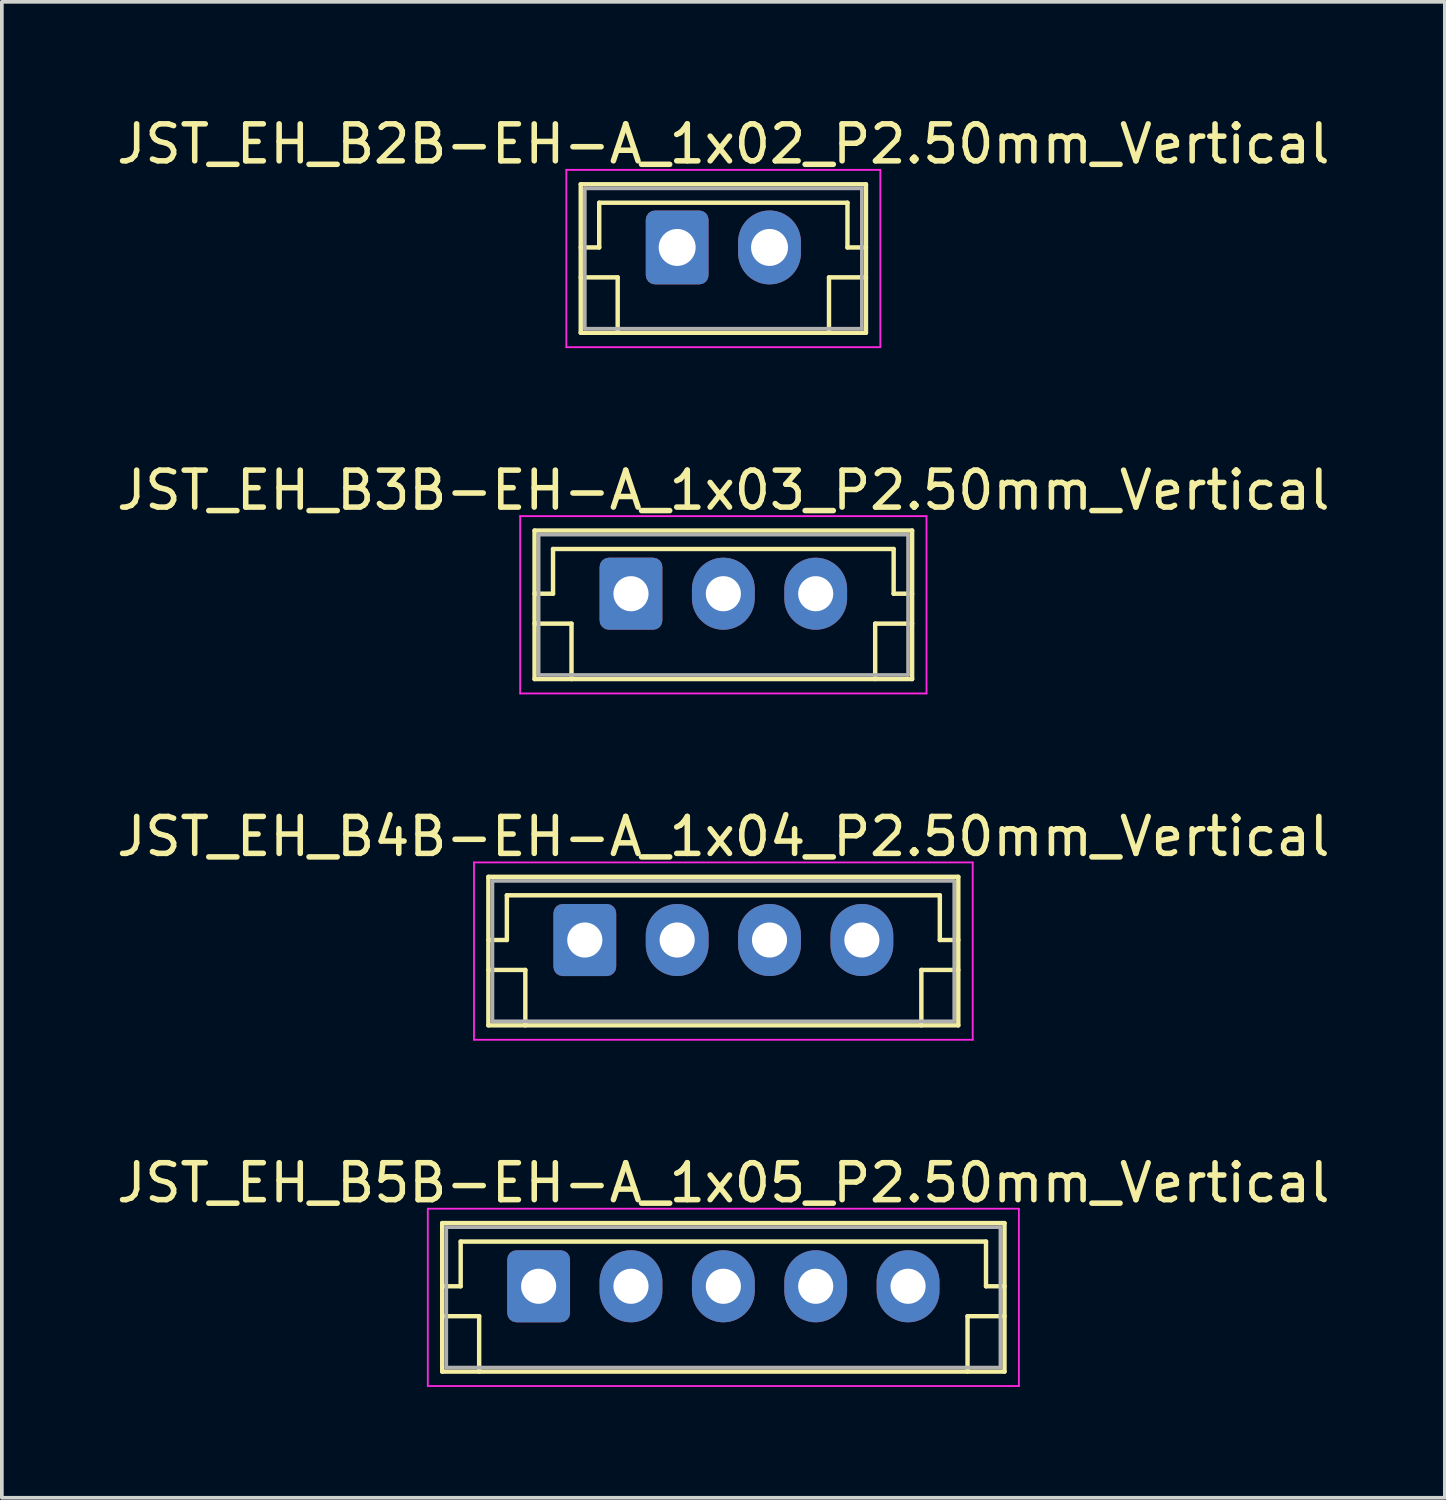
<source format=kicad_pcb>
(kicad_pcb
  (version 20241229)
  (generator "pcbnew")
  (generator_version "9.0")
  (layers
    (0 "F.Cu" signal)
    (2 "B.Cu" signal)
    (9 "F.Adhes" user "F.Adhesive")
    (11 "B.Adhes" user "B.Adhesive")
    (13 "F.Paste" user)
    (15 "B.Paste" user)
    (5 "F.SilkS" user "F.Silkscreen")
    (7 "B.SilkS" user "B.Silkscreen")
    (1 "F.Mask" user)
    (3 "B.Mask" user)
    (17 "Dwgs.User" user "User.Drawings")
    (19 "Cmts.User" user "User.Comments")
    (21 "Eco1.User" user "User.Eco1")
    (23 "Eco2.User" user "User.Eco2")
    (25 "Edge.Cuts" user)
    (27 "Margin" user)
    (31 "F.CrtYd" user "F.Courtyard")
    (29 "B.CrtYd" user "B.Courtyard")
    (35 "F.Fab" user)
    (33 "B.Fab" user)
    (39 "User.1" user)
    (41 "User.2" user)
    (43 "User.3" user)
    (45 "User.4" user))
  (footprint "JST_EH_B4B-EH-A_1x04_P2.50mm_Vertical"
    (layer "F.Cu")
    (at 12.78 22.395)
    (property "Reference" "JST_EH_B4B-EH-A_1x04_P2.50mm_Vertical" (at 3.75 -2.8 0) (layer "F.SilkS") (effects (font (size 1 1) (thickness 0.15))))
    (attr through_hole)
    (fp_line (start -2.61 -1.71) (end -2.61 2.31) (stroke (width 0.12) (type solid)) (layer "F.SilkS"))
    (fp_line (start -2.61 0) (end -2.11 0) (stroke (width 0.12) (type solid)) (layer "F.SilkS"))
    (fp_line (start -2.61 0.81) (end -1.61 0.81) (stroke (width 0.12) (type solid)) (layer "F.SilkS"))
    (fp_line (start -2.61 2.31) (end 10.11 2.31) (stroke (width 0.12) (type solid)) (layer "F.SilkS"))
    (fp_line (start -2.11 -1.21) (end 9.61 -1.21) (stroke (width 0.12) (type solid)) (layer "F.SilkS"))
    (fp_line (start -2.11 0) (end -2.11 -1.21) (stroke (width 0.12) (type solid)) (layer "F.SilkS"))
    (fp_line (start -1.61 0.81) (end -1.61 2.31) (stroke (width 0.12) (type solid)) (layer "F.SilkS"))
    (fp_line (start 9.11 0.81) (end 9.11 2.31) (stroke (width 0.12) (type solid)) (layer "F.SilkS"))
    (fp_line (start 9.61 -1.21) (end 9.61 0) (stroke (width 0.12) (type solid)) (layer "F.SilkS"))
    (fp_line (start 9.61 0) (end 10.11 0) (stroke (width 0.12) (type solid)) (layer "F.SilkS"))
    (fp_line (start 10.11 -1.71) (end -2.61 -1.71) (stroke (width 0.12) (type solid)) (layer "F.SilkS"))
    (fp_line (start 10.11 0.81) (end 9.11 0.81) (stroke (width 0.12) (type solid)) (layer "F.SilkS"))
    (fp_line (start 10.11 2.31) (end 10.11 -1.71) (stroke (width 0.12) (type solid)) (layer "F.SilkS"))
    (fp_line (start -3 -2.1) (end -3 2.7) (stroke (width 0.05) (type solid)) (layer "F.CrtYd"))
    (fp_line (start -3 2.7) (end 10.5 2.7) (stroke (width 0.05) (type solid)) (layer "F.CrtYd"))
    (fp_line (start 10.5 -2.1) (end -3 -2.1) (stroke (width 0.05) (type solid)) (layer "F.CrtYd"))
    (fp_line (start 10.5 2.7) (end 10.5 -2.1) (stroke (width 0.05) (type solid)) (layer "F.CrtYd"))
    (fp_line (start -2.5 -1.6) (end -2.5 2.2) (stroke (width 0.1) (type solid)) (layer "F.Fab"))
    (fp_line (start -2.5 2.2) (end 10 2.2) (stroke (width 0.1) (type solid)) (layer "F.Fab"))
    (fp_line (start 10 -1.6) (end -2.5 -1.6) (stroke (width 0.1) (type solid)) (layer "F.Fab"))
    (fp_line (start 10 2.2) (end 10 -1.6) (stroke (width 0.1) (type solid)) (layer "F.Fab"))
    (pad "1" thru_hole roundrect (at 0 0) (size 1.7 1.95) (drill 0.95) (layers "*.Cu" "*.Mask") (roundrect_rratio 0.147))
    (pad "2" thru_hole oval (at 2.5 0) (size 1.7 1.95) (drill 0.95) (layers "*.Cu" "*.Mask"))
    (pad "3" thru_hole oval (at 5 0) (size 1.7 1.95) (drill 0.95) (layers "*.Cu" "*.Mask"))
    (pad "4" thru_hole oval (at 7.5 0) (size 1.7 1.95) (drill 0.95) (layers "*.Cu" "*.Mask")))
  (footprint "JST_EH_B2B-EH-A_1x02_P2.50mm_Vertical"
    (layer "F.Cu")
    (at 15.28 3.648)
    (property "Reference" "JST_EH_B2B-EH-A_1x02_P2.50mm_Vertical" (at 1.25 -2.8 0) (layer "F.SilkS") (effects (font (size 1 1) (thickness 0.15))))
    (attr through_hole)
    (fp_line (start -2.61 -1.71) (end -2.61 2.31) (stroke (width 0.12) (type solid)) (layer "F.SilkS"))
    (fp_line (start -2.61 0) (end -2.11 0) (stroke (width 0.12) (type solid)) (layer "F.SilkS"))
    (fp_line (start -2.61 0.81) (end -1.61 0.81) (stroke (width 0.12) (type solid)) (layer "F.SilkS"))
    (fp_line (start -2.61 2.31) (end 5.11 2.31) (stroke (width 0.12) (type solid)) (layer "F.SilkS"))
    (fp_line (start -2.11 -1.21) (end 4.61 -1.21) (stroke (width 0.12) (type solid)) (layer "F.SilkS"))
    (fp_line (start -2.11 0) (end -2.11 -1.21) (stroke (width 0.12) (type solid)) (layer "F.SilkS"))
    (fp_line (start -1.61 0.81) (end -1.61 2.31) (stroke (width 0.12) (type solid)) (layer "F.SilkS"))
    (fp_line (start 4.11 0.81) (end 4.11 2.31) (stroke (width 0.12) (type solid)) (layer "F.SilkS"))
    (fp_line (start 4.61 -1.21) (end 4.61 0) (stroke (width 0.12) (type solid)) (layer "F.SilkS"))
    (fp_line (start 4.61 0) (end 5.11 0) (stroke (width 0.12) (type solid)) (layer "F.SilkS"))
    (fp_line (start 5.11 -1.71) (end -2.61 -1.71) (stroke (width 0.12) (type solid)) (layer "F.SilkS"))
    (fp_line (start 5.11 0.81) (end 4.11 0.81) (stroke (width 0.12) (type solid)) (layer "F.SilkS"))
    (fp_line (start 5.11 2.31) (end 5.11 -1.71) (stroke (width 0.12) (type solid)) (layer "F.SilkS"))
    (fp_line (start -3 -2.1) (end -3 2.7) (stroke (width 0.05) (type solid)) (layer "F.CrtYd"))
    (fp_line (start -3 2.7) (end 5.5 2.7) (stroke (width 0.05) (type solid)) (layer "F.CrtYd"))
    (fp_line (start 5.5 -2.1) (end -3 -2.1) (stroke (width 0.05) (type solid)) (layer "F.CrtYd"))
    (fp_line (start 5.5 2.7) (end 5.5 -2.1) (stroke (width 0.05) (type solid)) (layer "F.CrtYd"))
    (fp_line (start -2.5 -1.6) (end -2.5 2.2) (stroke (width 0.1) (type solid)) (layer "F.Fab"))
    (fp_line (start -2.5 2.2) (end 5 2.2) (stroke (width 0.1) (type solid)) (layer "F.Fab"))
    (fp_line (start 5 -1.6) (end -2.5 -1.6) (stroke (width 0.1) (type solid)) (layer "F.Fab"))
    (fp_line (start 5 2.2) (end 5 -1.6) (stroke (width 0.1) (type solid)) (layer "F.Fab"))
    (pad "1" thru_hole roundrect (at 0 0) (size 1.7 2) (drill 1) (layers "*.Cu" "*.Mask") (roundrect_rratio 0.147))
    (pad "2" thru_hole oval (at 2.5 0) (size 1.7 2) (drill 1) (layers "*.Cu" "*.Mask")))
  (footprint "JST_EH_B5B-EH-A_1x05_P2.50mm_Vertical"
    (layer "F.Cu")
    (at 11.53 31.768)
    (property "Reference" "JST_EH_B5B-EH-A_1x05_P2.50mm_Vertical" (at 5 -2.8 0) (layer "F.SilkS") (effects (font (size 1 1) (thickness 0.15))))
    (attr through_hole)
    (fp_line (start -2.61 -1.71) (end -2.61 2.31) (stroke (width 0.12) (type solid)) (layer "F.SilkS"))
    (fp_line (start -2.61 0) (end -2.11 0) (stroke (width 0.12) (type solid)) (layer "F.SilkS"))
    (fp_line (start -2.61 0.81) (end -1.61 0.81) (stroke (width 0.12) (type solid)) (layer "F.SilkS"))
    (fp_line (start -2.61 2.31) (end 12.61 2.31) (stroke (width 0.12) (type solid)) (layer "F.SilkS"))
    (fp_line (start -2.11 -1.21) (end 12.11 -1.21) (stroke (width 0.12) (type solid)) (layer "F.SilkS"))
    (fp_line (start -2.11 0) (end -2.11 -1.21) (stroke (width 0.12) (type solid)) (layer "F.SilkS"))
    (fp_line (start -1.61 0.81) (end -1.61 2.31) (stroke (width 0.12) (type solid)) (layer "F.SilkS"))
    (fp_line (start 11.61 0.81) (end 11.61 2.31) (stroke (width 0.12) (type solid)) (layer "F.SilkS"))
    (fp_line (start 12.11 -1.21) (end 12.11 0) (stroke (width 0.12) (type solid)) (layer "F.SilkS"))
    (fp_line (start 12.11 0) (end 12.61 0) (stroke (width 0.12) (type solid)) (layer "F.SilkS"))
    (fp_line (start 12.61 -1.71) (end -2.61 -1.71) (stroke (width 0.12) (type solid)) (layer "F.SilkS"))
    (fp_line (start 12.61 0.81) (end 11.61 0.81) (stroke (width 0.12) (type solid)) (layer "F.SilkS"))
    (fp_line (start 12.61 2.31) (end 12.61 -1.71) (stroke (width 0.12) (type solid)) (layer "F.SilkS"))
    (fp_line (start -3 -2.1) (end -3 2.7) (stroke (width 0.05) (type solid)) (layer "F.CrtYd"))
    (fp_line (start -3 2.7) (end 13 2.7) (stroke (width 0.05) (type solid)) (layer "F.CrtYd"))
    (fp_line (start 13 -2.1) (end -3 -2.1) (stroke (width 0.05) (type solid)) (layer "F.CrtYd"))
    (fp_line (start 13 2.7) (end 13 -2.1) (stroke (width 0.05) (type solid)) (layer "F.CrtYd"))
    (fp_line (start -2.5 -1.6) (end -2.5 2.2) (stroke (width 0.1) (type solid)) (layer "F.Fab"))
    (fp_line (start -2.5 2.2) (end 12.5 2.2) (stroke (width 0.1) (type solid)) (layer "F.Fab"))
    (fp_line (start 12.5 -1.6) (end -2.5 -1.6) (stroke (width 0.1) (type solid)) (layer "F.Fab"))
    (fp_line (start 12.5 2.2) (end 12.5 -1.6) (stroke (width 0.1) (type solid)) (layer "F.Fab"))
    (pad "1" thru_hole roundrect (at 0 0) (size 1.7 1.95) (drill 0.95) (layers "*.Cu" "*.Mask") (roundrect_rratio 0.147))
    (pad "2" thru_hole oval (at 2.5 0) (size 1.7 1.95) (drill 0.95) (layers "*.Cu" "*.Mask"))
    (pad "3" thru_hole oval (at 5 0) (size 1.7 1.95) (drill 0.95) (layers "*.Cu" "*.Mask"))
    (pad "4" thru_hole oval (at 7.5 0) (size 1.7 1.95) (drill 0.95) (layers "*.Cu" "*.Mask"))
    (pad "5" thru_hole oval (at 10 0) (size 1.7 1.95) (drill 0.95) (layers "*.Cu" "*.Mask")))
  (footprint "JST_EH_B3B-EH-A_1x03_P2.50mm_Vertical"
    (layer "F.Cu")
    (at 14.03 13.021)
    (property "Reference" "JST_EH_B3B-EH-A_1x03_P2.50mm_Vertical" (at 2.5 -2.8 0) (layer "F.SilkS") (effects (font (size 1 1) (thickness 0.15))))
    (attr through_hole)
    (fp_line (start -2.61 -1.71) (end -2.61 2.31) (stroke (width 0.12) (type solid)) (layer "F.SilkS"))
    (fp_line (start -2.61 0) (end -2.11 0) (stroke (width 0.12) (type solid)) (layer "F.SilkS"))
    (fp_line (start -2.61 0.81) (end -1.61 0.81) (stroke (width 0.12) (type solid)) (layer "F.SilkS"))
    (fp_line (start -2.61 2.31) (end 7.61 2.31) (stroke (width 0.12) (type solid)) (layer "F.SilkS"))
    (fp_line (start -2.11 -1.21) (end 7.11 -1.21) (stroke (width 0.12) (type solid)) (layer "F.SilkS"))
    (fp_line (start -2.11 0) (end -2.11 -1.21) (stroke (width 0.12) (type solid)) (layer "F.SilkS"))
    (fp_line (start -1.61 0.81) (end -1.61 2.31) (stroke (width 0.12) (type solid)) (layer "F.SilkS"))
    (fp_line (start 6.61 0.81) (end 6.61 2.31) (stroke (width 0.12) (type solid)) (layer "F.SilkS"))
    (fp_line (start 7.11 -1.21) (end 7.11 0) (stroke (width 0.12) (type solid)) (layer "F.SilkS"))
    (fp_line (start 7.11 0) (end 7.61 0) (stroke (width 0.12) (type solid)) (layer "F.SilkS"))
    (fp_line (start 7.61 -1.71) (end -2.61 -1.71) (stroke (width 0.12) (type solid)) (layer "F.SilkS"))
    (fp_line (start 7.61 0.81) (end 6.61 0.81) (stroke (width 0.12) (type solid)) (layer "F.SilkS"))
    (fp_line (start 7.61 2.31) (end 7.61 -1.71) (stroke (width 0.12) (type solid)) (layer "F.SilkS"))
    (fp_line (start -3 -2.1) (end -3 2.7) (stroke (width 0.05) (type solid)) (layer "F.CrtYd"))
    (fp_line (start -3 2.7) (end 8 2.7) (stroke (width 0.05) (type solid)) (layer "F.CrtYd"))
    (fp_line (start 8 -2.1) (end -3 -2.1) (stroke (width 0.05) (type solid)) (layer "F.CrtYd"))
    (fp_line (start 8 2.7) (end 8 -2.1) (stroke (width 0.05) (type solid)) (layer "F.CrtYd"))
    (fp_line (start -2.5 -1.6) (end -2.5 2.2) (stroke (width 0.1) (type solid)) (layer "F.Fab"))
    (fp_line (start -2.5 2.2) (end 7.5 2.2) (stroke (width 0.1) (type solid)) (layer "F.Fab"))
    (fp_line (start 7.5 -1.6) (end -2.5 -1.6) (stroke (width 0.1) (type solid)) (layer "F.Fab"))
    (fp_line (start 7.5 2.2) (end 7.5 -1.6) (stroke (width 0.1) (type solid)) (layer "F.Fab"))
    (pad "1" thru_hole roundrect (at 0 0) (size 1.7 1.95) (drill 0.95) (layers "*.Cu" "*.Mask") (roundrect_rratio 0.147))
    (pad "2" thru_hole oval (at 2.5 0) (size 1.7 1.95) (drill 0.95) (layers "*.Cu" "*.Mask"))
    (pad "3" thru_hole oval (at 5 0) (size 1.7 1.95) (drill 0.95) (layers "*.Cu" "*.Mask")))
  (gr_rect
    (start -3 -3)
    (end 36.06 37.493)
    (stroke (width 0.1) (type default))
    (fill no)
    (layer "Edge.Cuts")))
</source>
